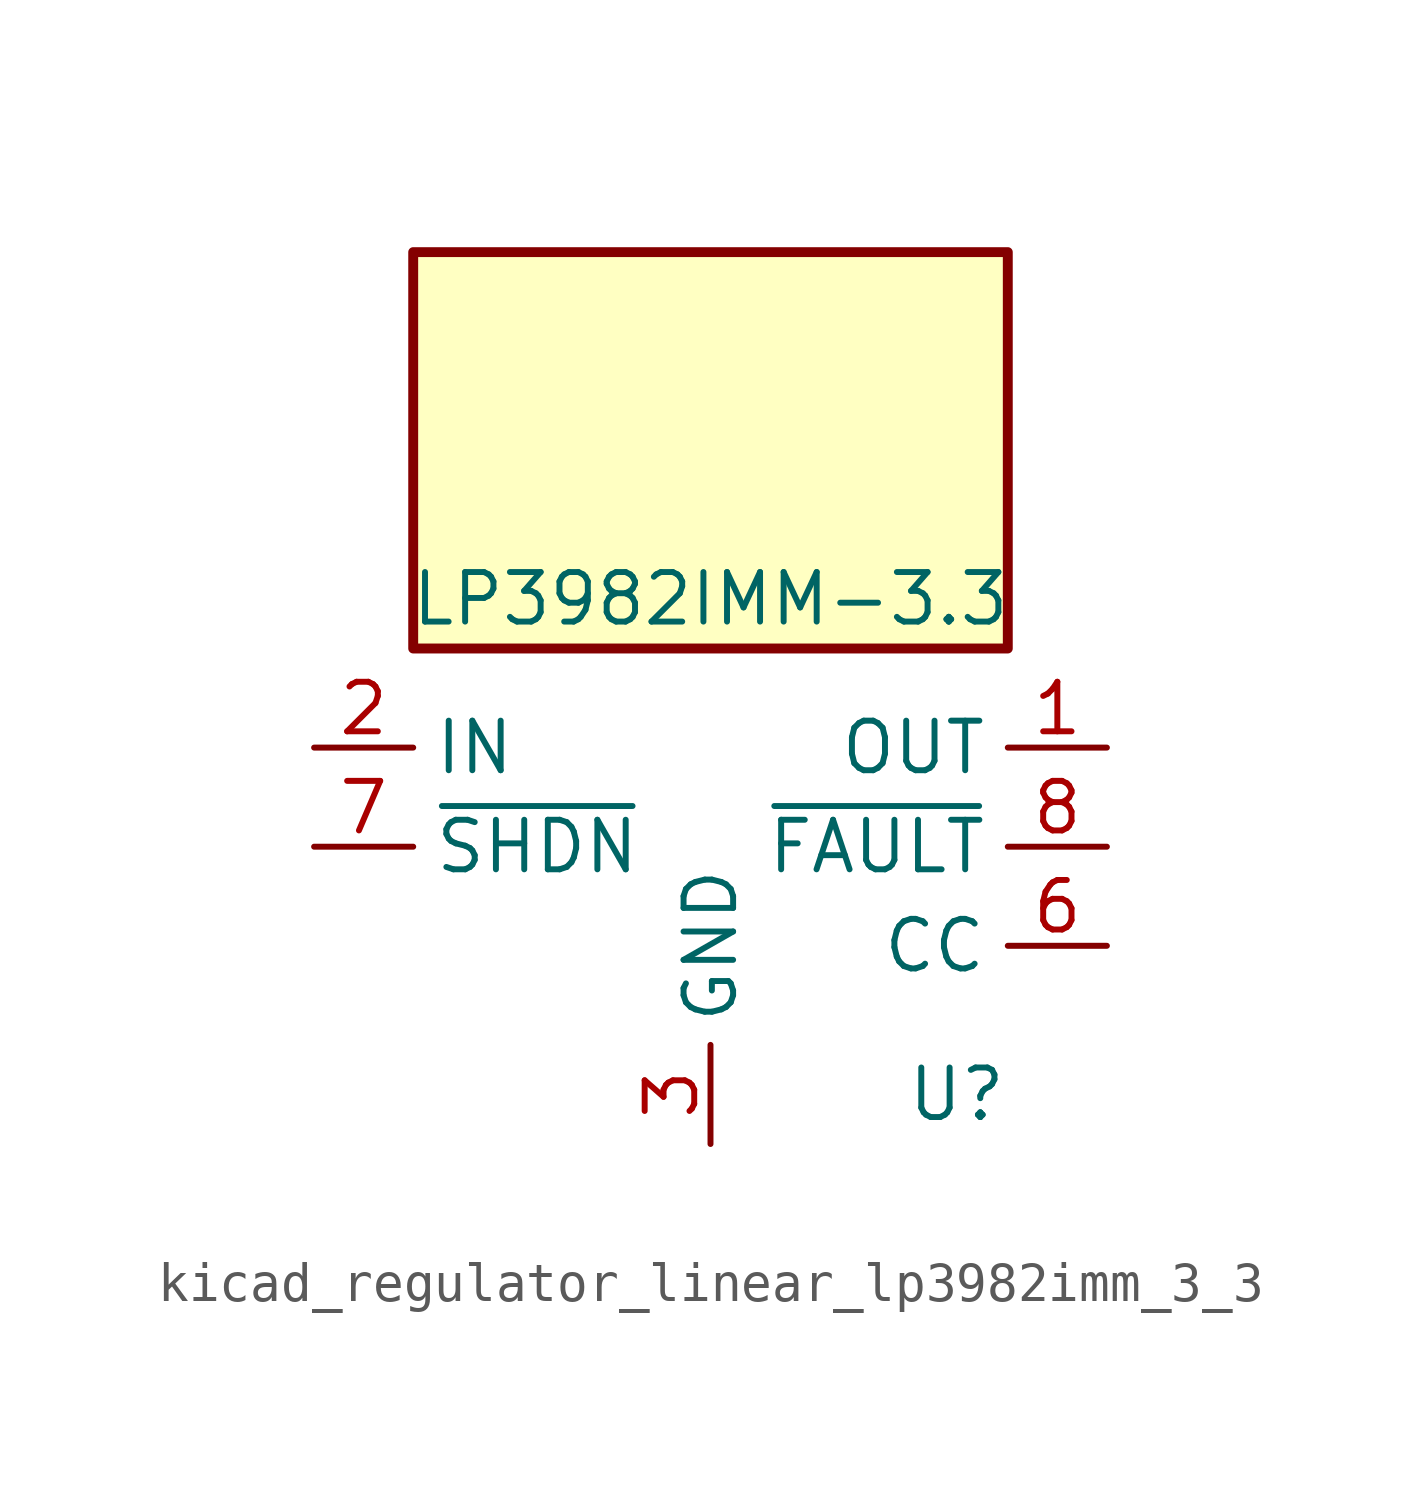
<source format=kicad_sym>
(kicad_symbol_lib
  (version 20220914)
  (generator kicad_symbol_editor)
  (symbol "kicad_regulator_linear_lp3982imm_3_3"
    (property "Reference" "U"
      (at 7.62 -6.35 0)
      (effects (font (size 1.27 1.27)) (justify right)))
    (property "Value" "LP3982IMM-3.3"
      (at 0 6.35 0)
      (effects (font (size 1.27 1.27))))
    (symbol "kicad_regulator_linear_lp3982imm_3_3_0_1"
      (rectangle (start 7.62 15.24) (end -7.62 5.08) (stroke (width 0.254) (type default)) (fill (type background))))
    (symbol "kicad_regulator_linear_lp3982imm_3_3_1_1"
      (pin power_out line (at 10.16 2.54 180) (length 2.54) (name "OUT" (effects (font (size 1.27 1.27)))) (number "1" (effects (font (size 1.27 1.27)))))
      (pin power_in line (at -10.16 2.54 0) (length 2.54) (name "IN" (effects (font (size 1.27 1.27)))) (number "2" (effects (font (size 1.27 1.27)))))
      (pin power_in line (at 0 -7.62 90) (length 2.54) (name "GND" (effects (font (size 1.27 1.27)))) (number "3" (effects (font (size 1.27 1.27)))))
      (pin passive line (at 10.16 2.54 180) (length 2.54) hide (name "OUT" (effects (font (size 1.27 1.27)))) (number "4" (effects (font (size 1.27 1.27)))))
      (pin no_connect line (at -7.62 -2.54 0) (length 2.54) hide (name "NC" (effects (font (size 1.27 1.27)))) (number "5" (effects (font (size 1.27 1.27)))))
      (pin passive line (at 10.16 -2.54 180) (length 2.54) (name "CC" (effects (font (size 1.27 1.27)))) (number "6" (effects (font (size 1.27 1.27)))))
      (pin input line (at -10.16 0 0) (length 2.54) (name "~{SHDN}" (effects (font (size 1.27 1.27)))) (number "7" (effects (font (size 1.27 1.27)))))
      (pin open_collector line (at 10.16 0 180) (length 2.54) (name "~{FAULT}" (effects (font (size 1.27 1.27)))) (number "8" (effects (font (size 1.27 1.27))))))))
</source>
